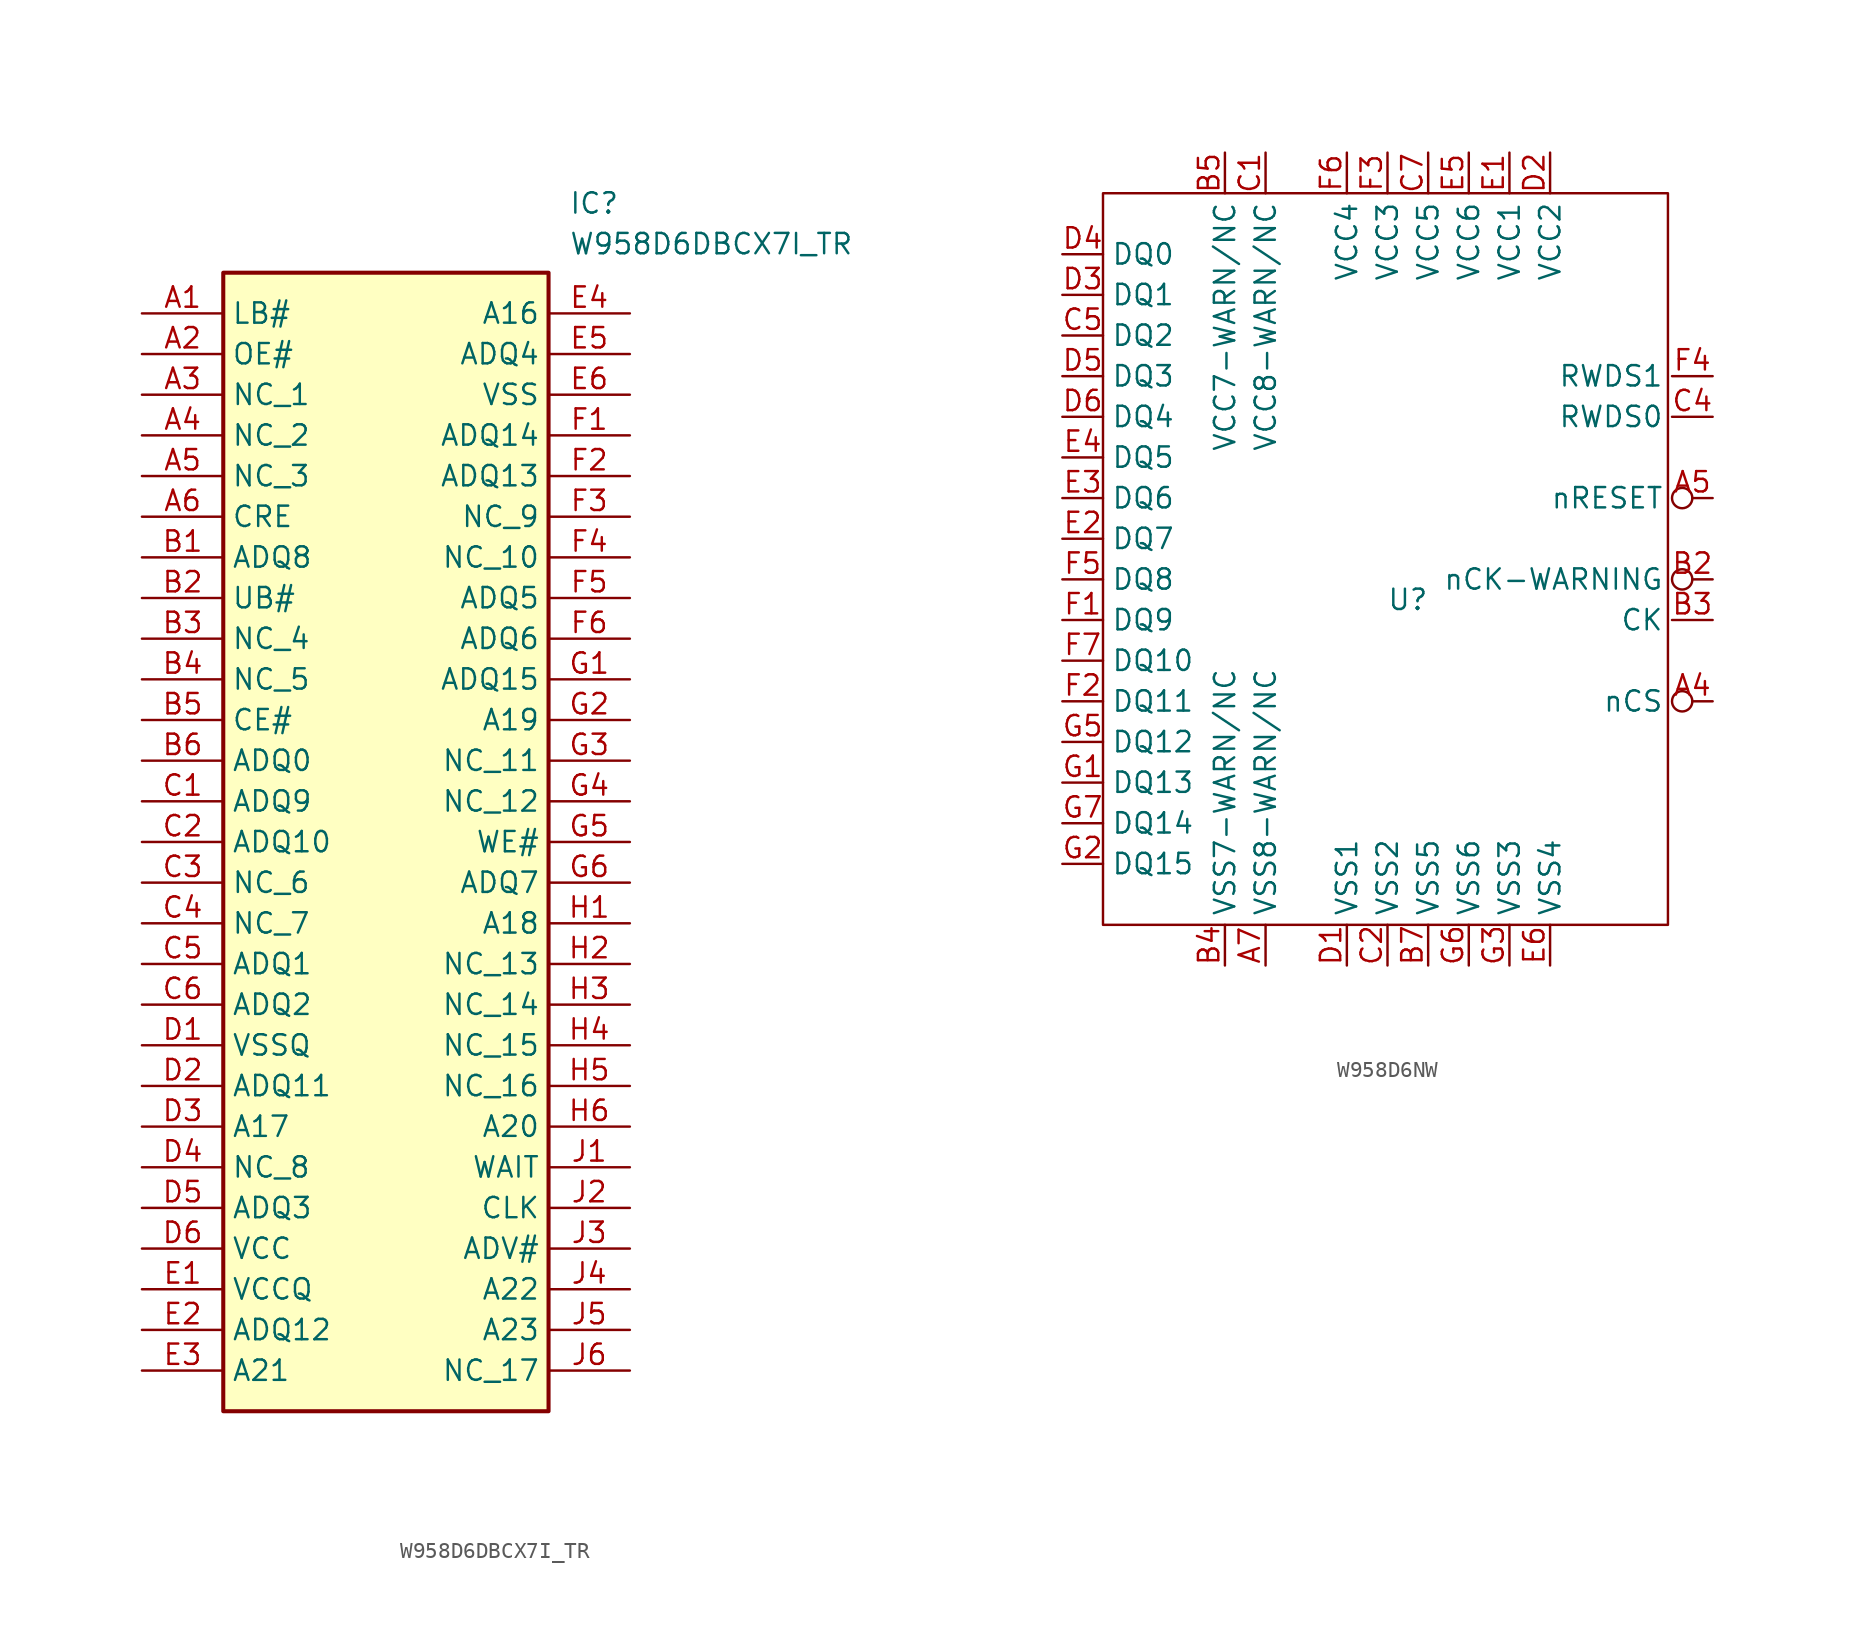
<source format=kicad_sym>
(kicad_symbol_lib
  (version 20231120)
  (generator "kicad_symbol_editor")
  (generator_version "8.0")
  (symbol "W958D6DBCX7I_TR"
    (property "Reference" "IC"
      (at 11.43 36.83 0)
      (effects (font (size 1.27 1.27)) (justify left top)))
    (property "Value" "W958D6DBCX7I_TR"
      (at 11.43 34.29 0)
      (effects (font (size 1.27 1.27)) (justify left top)))
    (symbol "W958D6DBCX7I_TR_1_1"
      (rectangle (start -10.16 31.75) (end 10.16 -39.37) (stroke (width 0.254) (type default)) (fill (type background)))
      (pin passive line (at -15.24 29.21 0) (length 5.08) (name "LB#" (effects (font (size 1.27 1.27)))) (number "A1" (effects (font (size 1.27 1.27)))))
      (pin passive line (at -15.24 26.67 0) (length 5.08) (name "OE#" (effects (font (size 1.27 1.27)))) (number "A2" (effects (font (size 1.27 1.27)))))
      (pin passive line (at -15.24 24.13 0) (length 5.08) (name "NC_1" (effects (font (size 1.27 1.27)))) (number "A3" (effects (font (size 1.27 1.27)))))
      (pin passive line (at -15.24 21.59 0) (length 5.08) (name "NC_2" (effects (font (size 1.27 1.27)))) (number "A4" (effects (font (size 1.27 1.27)))))
      (pin passive line (at -15.24 19.05 0) (length 5.08) (name "NC_3" (effects (font (size 1.27 1.27)))) (number "A5" (effects (font (size 1.27 1.27)))))
      (pin passive line (at -15.24 16.51 0) (length 5.08) (name "CRE" (effects (font (size 1.27 1.27)))) (number "A6" (effects (font (size 1.27 1.27)))))
      (pin passive line (at -15.24 13.97 0) (length 5.08) (name "ADQ8" (effects (font (size 1.27 1.27)))) (number "B1" (effects (font (size 1.27 1.27)))))
      (pin passive line (at -15.24 11.43 0) (length 5.08) (name "UB#" (effects (font (size 1.27 1.27)))) (number "B2" (effects (font (size 1.27 1.27)))))
      (pin passive line (at -15.24 8.89 0) (length 5.08) (name "NC_4" (effects (font (size 1.27 1.27)))) (number "B3" (effects (font (size 1.27 1.27)))))
      (pin passive line (at -15.24 6.35 0) (length 5.08) (name "NC_5" (effects (font (size 1.27 1.27)))) (number "B4" (effects (font (size 1.27 1.27)))))
      (pin passive line (at -15.24 3.81 0) (length 5.08) (name "CE#" (effects (font (size 1.27 1.27)))) (number "B5" (effects (font (size 1.27 1.27)))))
      (pin passive line (at -15.24 1.27 0) (length 5.08) (name "ADQ0" (effects (font (size 1.27 1.27)))) (number "B6" (effects (font (size 1.27 1.27)))))
      (pin passive line (at -15.24 -1.27 0) (length 5.08) (name "ADQ9" (effects (font (size 1.27 1.27)))) (number "C1" (effects (font (size 1.27 1.27)))))
      (pin passive line (at -15.24 -3.81 0) (length 5.08) (name "ADQ10" (effects (font (size 1.27 1.27)))) (number "C2" (effects (font (size 1.27 1.27)))))
      (pin passive line (at -15.24 -6.35 0) (length 5.08) (name "NC_6" (effects (font (size 1.27 1.27)))) (number "C3" (effects (font (size 1.27 1.27)))))
      (pin passive line (at -15.24 -8.89 0) (length 5.08) (name "NC_7" (effects (font (size 1.27 1.27)))) (number "C4" (effects (font (size 1.27 1.27)))))
      (pin passive line (at -15.24 -11.43 0) (length 5.08) (name "ADQ1" (effects (font (size 1.27 1.27)))) (number "C5" (effects (font (size 1.27 1.27)))))
      (pin passive line (at -15.24 -13.97 0) (length 5.08) (name "ADQ2" (effects (font (size 1.27 1.27)))) (number "C6" (effects (font (size 1.27 1.27)))))
      (pin passive line (at -15.24 -16.51 0) (length 5.08) (name "VSSQ" (effects (font (size 1.27 1.27)))) (number "D1" (effects (font (size 1.27 1.27)))))
      (pin passive line (at -15.24 -19.05 0) (length 5.08) (name "ADQ11" (effects (font (size 1.27 1.27)))) (number "D2" (effects (font (size 1.27 1.27)))))
      (pin passive line (at -15.24 -21.59 0) (length 5.08) (name "A17" (effects (font (size 1.27 1.27)))) (number "D3" (effects (font (size 1.27 1.27)))))
      (pin passive line (at -15.24 -24.13 0) (length 5.08) (name "NC_8" (effects (font (size 1.27 1.27)))) (number "D4" (effects (font (size 1.27 1.27)))))
      (pin passive line (at -15.24 -26.67 0) (length 5.08) (name "ADQ3" (effects (font (size 1.27 1.27)))) (number "D5" (effects (font (size 1.27 1.27)))))
      (pin passive line (at -15.24 -29.21 0) (length 5.08) (name "VCC" (effects (font (size 1.27 1.27)))) (number "D6" (effects (font (size 1.27 1.27)))))
      (pin passive line (at -15.24 -31.75 0) (length 5.08) (name "VCCQ" (effects (font (size 1.27 1.27)))) (number "E1" (effects (font (size 1.27 1.27)))))
      (pin passive line (at -15.24 -34.29 0) (length 5.08) (name "ADQ12" (effects (font (size 1.27 1.27)))) (number "E2" (effects (font (size 1.27 1.27)))))
      (pin passive line (at -15.24 -36.83 0) (length 5.08) (name "A21" (effects (font (size 1.27 1.27)))) (number "E3" (effects (font (size 1.27 1.27)))))
      (pin passive line (at 15.24 29.21 180) (length 5.08) (name "A16" (effects (font (size 1.27 1.27)))) (number "E4" (effects (font (size 1.27 1.27)))))
      (pin passive line (at 15.24 26.67 180) (length 5.08) (name "ADQ4" (effects (font (size 1.27 1.27)))) (number "E5" (effects (font (size 1.27 1.27)))))
      (pin passive line (at 15.24 24.13 180) (length 5.08) (name "VSS" (effects (font (size 1.27 1.27)))) (number "E6" (effects (font (size 1.27 1.27)))))
      (pin passive line (at 15.24 21.59 180) (length 5.08) (name "ADQ14" (effects (font (size 1.27 1.27)))) (number "F1" (effects (font (size 1.27 1.27)))))
      (pin passive line (at 15.24 19.05 180) (length 5.08) (name "ADQ13" (effects (font (size 1.27 1.27)))) (number "F2" (effects (font (size 1.27 1.27)))))
      (pin passive line (at 15.24 16.51 180) (length 5.08) (name "NC_9" (effects (font (size 1.27 1.27)))) (number "F3" (effects (font (size 1.27 1.27)))))
      (pin passive line (at 15.24 13.97 180) (length 5.08) (name "NC_10" (effects (font (size 1.27 1.27)))) (number "F4" (effects (font (size 1.27 1.27)))))
      (pin passive line (at 15.24 11.43 180) (length 5.08) (name "ADQ5" (effects (font (size 1.27 1.27)))) (number "F5" (effects (font (size 1.27 1.27)))))
      (pin passive line (at 15.24 8.89 180) (length 5.08) (name "ADQ6" (effects (font (size 1.27 1.27)))) (number "F6" (effects (font (size 1.27 1.27)))))
      (pin passive line (at 15.24 6.35 180) (length 5.08) (name "ADQ15" (effects (font (size 1.27 1.27)))) (number "G1" (effects (font (size 1.27 1.27)))))
      (pin passive line (at 15.24 3.81 180) (length 5.08) (name "A19" (effects (font (size 1.27 1.27)))) (number "G2" (effects (font (size 1.27 1.27)))))
      (pin passive line (at 15.24 1.27 180) (length 5.08) (name "NC_11" (effects (font (size 1.27 1.27)))) (number "G3" (effects (font (size 1.27 1.27)))))
      (pin passive line (at 15.24 -1.27 180) (length 5.08) (name "NC_12" (effects (font (size 1.27 1.27)))) (number "G4" (effects (font (size 1.27 1.27)))))
      (pin passive line (at 15.24 -3.81 180) (length 5.08) (name "WE#" (effects (font (size 1.27 1.27)))) (number "G5" (effects (font (size 1.27 1.27)))))
      (pin passive line (at 15.24 -6.35 180) (length 5.08) (name "ADQ7" (effects (font (size 1.27 1.27)))) (number "G6" (effects (font (size 1.27 1.27)))))
      (pin passive line (at 15.24 -8.89 180) (length 5.08) (name "A18" (effects (font (size 1.27 1.27)))) (number "H1" (effects (font (size 1.27 1.27)))))
      (pin passive line (at 15.24 -11.43 180) (length 5.08) (name "NC_13" (effects (font (size 1.27 1.27)))) (number "H2" (effects (font (size 1.27 1.27)))))
      (pin passive line (at 15.24 -13.97 180) (length 5.08) (name "NC_14" (effects (font (size 1.27 1.27)))) (number "H3" (effects (font (size 1.27 1.27)))))
      (pin passive line (at 15.24 -16.51 180) (length 5.08) (name "NC_15" (effects (font (size 1.27 1.27)))) (number "H4" (effects (font (size 1.27 1.27)))))
      (pin passive line (at 15.24 -19.05 180) (length 5.08) (name "NC_16" (effects (font (size 1.27 1.27)))) (number "H5" (effects (font (size 1.27 1.27)))))
      (pin passive line (at 15.24 -21.59 180) (length 5.08) (name "A20" (effects (font (size 1.27 1.27)))) (number "H6" (effects (font (size 1.27 1.27)))))
      (pin passive line (at 15.24 -24.13 180) (length 5.08) (name "WAIT" (effects (font (size 1.27 1.27)))) (number "J1" (effects (font (size 1.27 1.27)))))
      (pin passive line (at 15.24 -26.67 180) (length 5.08) (name "CLK" (effects (font (size 1.27 1.27)))) (number "J2" (effects (font (size 1.27 1.27)))))
      (pin passive line (at 15.24 -29.21 180) (length 5.08) (name "ADV#" (effects (font (size 1.27 1.27)))) (number "J3" (effects (font (size 1.27 1.27)))))
      (pin passive line (at 15.24 -31.75 180) (length 5.08) (name "A22" (effects (font (size 1.27 1.27)))) (number "J4" (effects (font (size 1.27 1.27)))))
      (pin passive line (at 15.24 -34.29 180) (length 5.08) (name "A23" (effects (font (size 1.27 1.27)))) (number "J5" (effects (font (size 1.27 1.27)))))
      (pin passive line (at 15.24 -36.83 180) (length 5.08) (name "NC_17" (effects (font (size 1.27 1.27)))) (number "J6" (effects (font (size 1.27 1.27)))))))
  (symbol "W958D6NW"
    (property "Reference" "U"
      (at 1.27 -2.54 0)
      (effects (font (size 1.27 1.27))))
    (property "Value" ""
      (at 1.27 -2.54 0)
      (effects (font (size 1.27 1.27))))
    (symbol "W958D6NW_0_1"
      (rectangle (start -17.78 22.86) (end 17.526 -22.86) (stroke (width 0) (type default)) (fill (type none))))
    (symbol "W958D6NW_1_1"
      (pin input inverted (at 20.32 -8.89 180) (length 2.54) (name "nCS" (effects (font (size 1.27 1.27)))) (number "A4" (effects (font (size 1.27 1.27)))))
      (pin input inverted (at 20.32 3.81 180) (length 2.54) (name "nRESET" (effects (font (size 1.27 1.27)))) (number "A5" (effects (font (size 1.27 1.27)))))
      (pin input line (at -7.62 -25.4 90) (length 2.54) (name "VSS8-WARN/NC" (effects (font (size 1.27 1.27)))) (number "A7" (effects (font (size 1.27 1.27)))))
      (pin input inverted (at 20.32 -1.27 180) (length 2.54) (name "nCK-WARNING" (effects (font (size 1.27 1.27)))) (number "B2" (effects (font (size 1.27 1.27)))))
      (pin input line (at 20.32 -3.81 180) (length 2.54) (name "CK" (effects (font (size 1.27 1.27)))) (number "B3" (effects (font (size 1.27 1.27)))))
      (pin input line (at -10.16 -25.4 90) (length 2.54) (name "VSS7-WARN/NC" (effects (font (size 1.27 1.27)))) (number "B4" (effects (font (size 1.27 1.27)))))
      (pin input line (at -10.16 25.4 270) (length 2.54) (name "VCC7-WARN/NC" (effects (font (size 1.27 1.27)))) (number "B5" (effects (font (size 1.27 1.27)))))
      (pin input line (at 2.54 -25.4 90) (length 2.54) (name "VSS5" (effects (font (size 1.27 1.27)))) (number "B7" (effects (font (size 1.27 1.27)))))
      (pin input line (at -7.62 25.4 270) (length 2.54) (name "VCC8-WARN/NC" (effects (font (size 1.27 1.27)))) (number "C1" (effects (font (size 1.27 1.27)))))
      (pin input line (at 0 -25.4 90) (length 2.54) (name "VSS2" (effects (font (size 1.27 1.27)))) (number "C2" (effects (font (size 1.27 1.27)))))
      (pin input line (at 20.32 8.89 180) (length 2.54) (name "RWDS0" (effects (font (size 1.27 1.27)))) (number "C4" (effects (font (size 1.27 1.27)))))
      (pin input line (at -20.32 13.97 0) (length 2.54) (name "DQ2" (effects (font (size 1.27 1.27)))) (number "C5" (effects (font (size 1.27 1.27)))))
      (pin input line (at 2.54 25.4 270) (length 2.54) (name "VCC5" (effects (font (size 1.27 1.27)))) (number "C7" (effects (font (size 1.27 1.27)))))
      (pin input line (at -2.54 -25.4 90) (length 2.54) (name "VSS1" (effects (font (size 1.27 1.27)))) (number "D1" (effects (font (size 1.27 1.27)))))
      (pin input line (at 10.16 25.4 270) (length 2.54) (name "VCC2" (effects (font (size 1.27 1.27)))) (number "D2" (effects (font (size 1.27 1.27)))))
      (pin input line (at -20.32 16.51 0) (length 2.54) (name "DQ1" (effects (font (size 1.27 1.27)))) (number "D3" (effects (font (size 1.27 1.27)))))
      (pin input line (at -20.32 19.05 0) (length 2.54) (name "DQ0" (effects (font (size 1.27 1.27)))) (number "D4" (effects (font (size 1.27 1.27)))))
      (pin input line (at -20.32 11.43 0) (length 2.54) (name "DQ3" (effects (font (size 1.27 1.27)))) (number "D5" (effects (font (size 1.27 1.27)))))
      (pin input line (at -20.32 8.89 0) (length 2.54) (name "DQ4" (effects (font (size 1.27 1.27)))) (number "D6" (effects (font (size 1.27 1.27)))))
      (pin input line (at 7.62 25.4 270) (length 2.54) (name "VCC1" (effects (font (size 1.27 1.27)))) (number "E1" (effects (font (size 1.27 1.27)))))
      (pin input line (at -20.32 1.27 0) (length 2.54) (name "DQ7" (effects (font (size 1.27 1.27)))) (number "E2" (effects (font (size 1.27 1.27)))))
      (pin input line (at -20.32 3.81 0) (length 2.54) (name "DQ6" (effects (font (size 1.27 1.27)))) (number "E3" (effects (font (size 1.27 1.27)))))
      (pin input line (at -20.32 6.35 0) (length 2.54) (name "DQ5" (effects (font (size 1.27 1.27)))) (number "E4" (effects (font (size 1.27 1.27)))))
      (pin input line (at 5.08 25.4 270) (length 2.54) (name "VCC6" (effects (font (size 1.27 1.27)))) (number "E5" (effects (font (size 1.27 1.27)))))
      (pin input line (at 10.16 -25.4 90) (length 2.54) (name "VSS4" (effects (font (size 1.27 1.27)))) (number "E6" (effects (font (size 1.27 1.27)))))
      (pin input line (at -20.32 -3.81 0) (length 2.54) (name "DQ9" (effects (font (size 1.27 1.27)))) (number "F1" (effects (font (size 1.27 1.27)))))
      (pin input line (at -20.32 -8.89 0) (length 2.54) (name "DQ11" (effects (font (size 1.27 1.27)))) (number "F2" (effects (font (size 1.27 1.27)))))
      (pin input line (at 0 25.4 270) (length 2.54) (name "VCC3" (effects (font (size 1.27 1.27)))) (number "F3" (effects (font (size 1.27 1.27)))))
      (pin input line (at 20.32 11.43 180) (length 2.54) (name "RWDS1" (effects (font (size 1.27 1.27)))) (number "F4" (effects (font (size 1.27 1.27)))))
      (pin input line (at -20.32 -1.27 0) (length 2.54) (name "DQ8" (effects (font (size 1.27 1.27)))) (number "F5" (effects (font (size 1.27 1.27)))))
      (pin input line (at -2.54 25.4 270) (length 2.54) (name "VCC4" (effects (font (size 1.27 1.27)))) (number "F6" (effects (font (size 1.27 1.27)))))
      (pin input line (at -20.32 -6.35 0) (length 2.54) (name "DQ10" (effects (font (size 1.27 1.27)))) (number "F7" (effects (font (size 1.27 1.27)))))
      (pin input line (at -20.32 -13.97 0) (length 2.54) (name "DQ13" (effects (font (size 1.27 1.27)))) (number "G1" (effects (font (size 1.27 1.27)))))
      (pin input line (at -20.32 -19.05 0) (length 2.54) (name "DQ15" (effects (font (size 1.27 1.27)))) (number "G2" (effects (font (size 1.27 1.27)))))
      (pin input line (at 7.62 -25.4 90) (length 2.54) (name "VSS3" (effects (font (size 1.27 1.27)))) (number "G3" (effects (font (size 1.27 1.27)))))
      (pin input line (at -20.32 -11.43 0) (length 2.54) (name "DQ12" (effects (font (size 1.27 1.27)))) (number "G5" (effects (font (size 1.27 1.27)))))
      (pin input line (at 5.08 -25.4 90) (length 2.54) (name "VSS6" (effects (font (size 1.27 1.27)))) (number "G6" (effects (font (size 1.27 1.27)))))
      (pin input line (at -20.32 -16.51 0) (length 2.54) (name "DQ14" (effects (font (size 1.27 1.27)))) (number "G7" (effects (font (size 1.27 1.27))))))))
</source>
